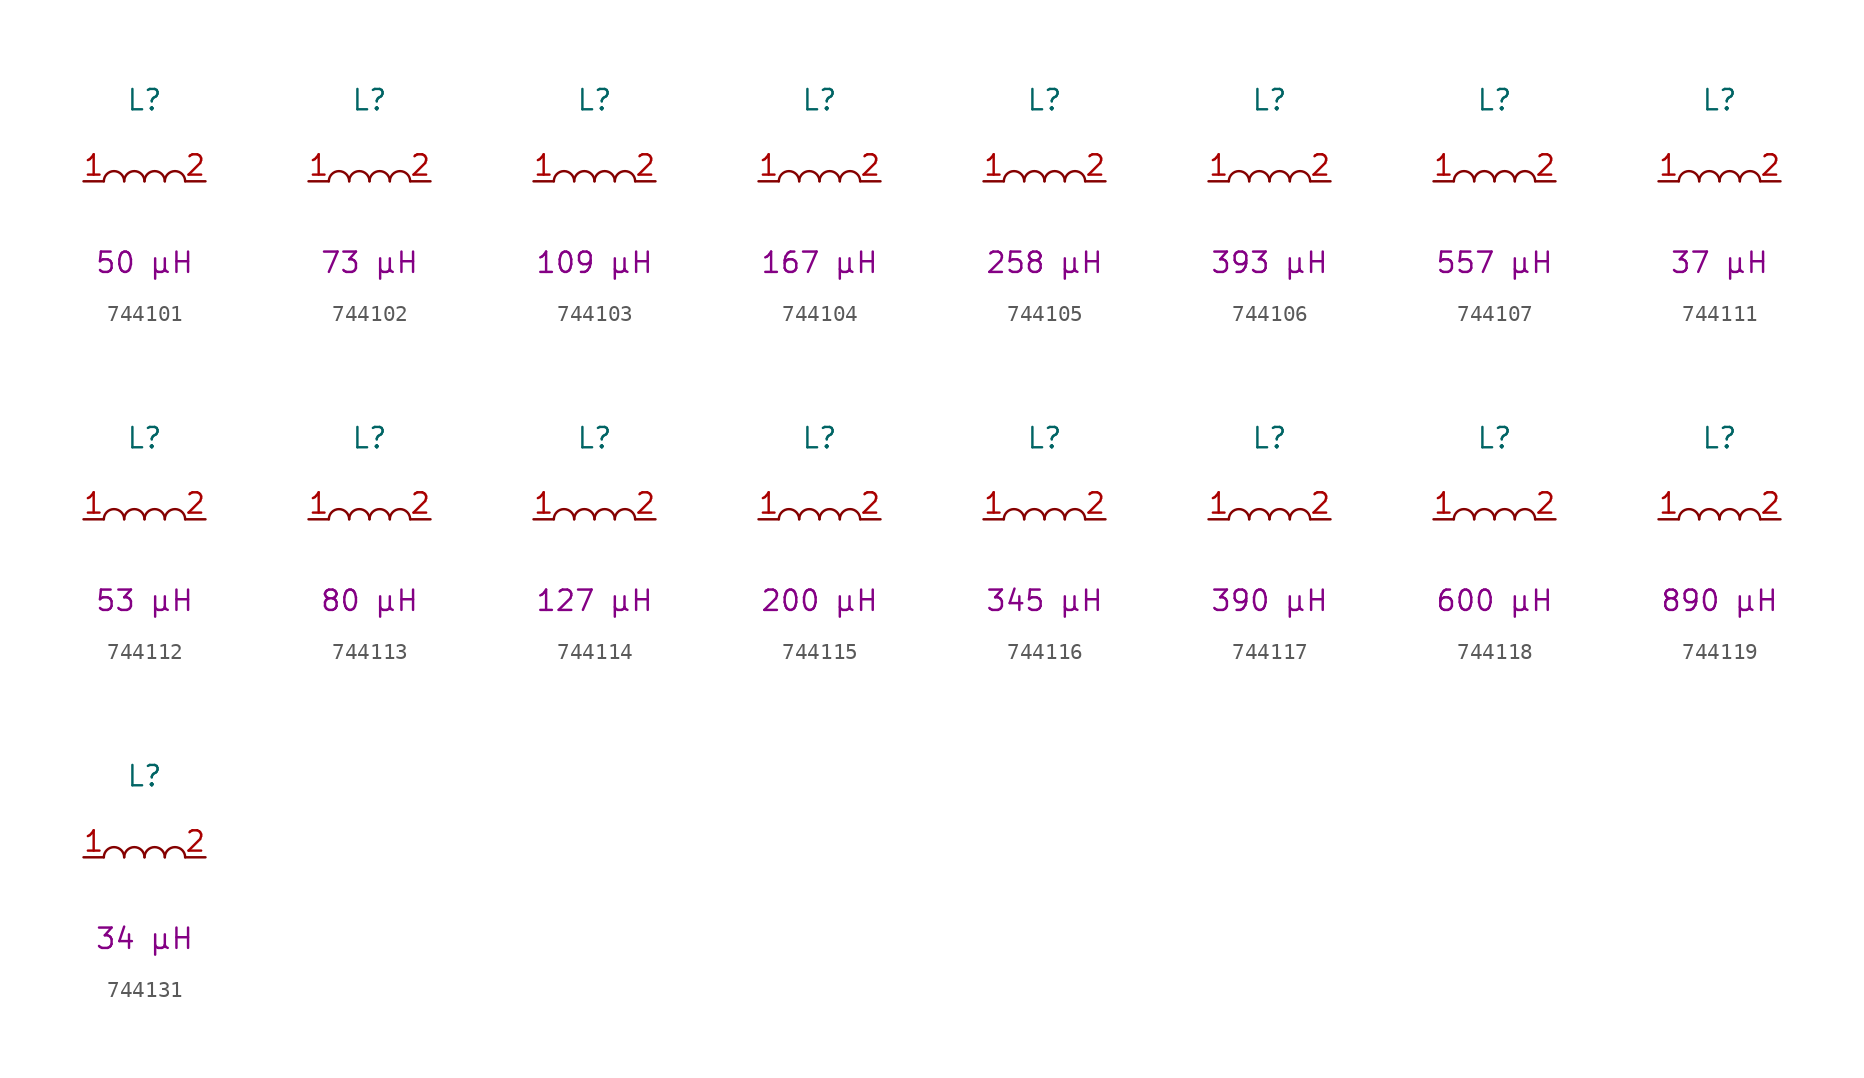
<source format=kicad_sym>
(kicad_symbol_lib
  (version 20220914)
  (generator kicad_symbol_editor)
  (symbol "744101"
    (pin_names hide)
    (property "Reference" "L"
      (at 0 5.08 0)
      (effects (font (size 1.27 1.27))))
    (property "Critical Parameter" "50 µH"
      (at 0 -5.08 0)
      (effects (font (size 1.27 1.27))))
    (symbol "744101_0_1"
      (arc (start -1.27 0) (mid -1.905 0.6323) (end -2.54 0) (stroke (width 0) (type default)) (fill (type none)))
      (arc (start 0 0) (mid -0.635 0.6323) (end -1.27 0) (stroke (width 0) (type default)) (fill (type none)))
      (arc (start 1.27 0) (mid 0.635 0.6323) (end 0 0) (stroke (width 0) (type default)) (fill (type none)))
      (arc (start 2.54 0) (mid 1.905 0.6323) (end 1.27 0) (stroke (width 0) (type default)) (fill (type none))))
    (symbol "744101_1_1"
      (pin passive line (at -3.81 0 0) (length 1.27) (name "1" (effects (font (size 1.27 1.27)))) (number "1" (effects (font (size 1.27 1.27)))))
      (pin passive line (at 3.81 0 180) (length 1.27) (name "2" (effects (font (size 1.27 1.27)))) (number "2" (effects (font (size 1.27 1.27)))))))
  (symbol "744102"
    (pin_names hide)
    (property "Reference" "L"
      (at 0 5.08 0)
      (effects (font (size 1.27 1.27))))
    (property "Critical Parameter" "73 µH"
      (at 0 -5.08 0)
      (effects (font (size 1.27 1.27))))
    (symbol "744102_0_1"
      (arc (start -1.27 0) (mid -1.905 0.6323) (end -2.54 0) (stroke (width 0) (type default)) (fill (type none)))
      (arc (start 0 0) (mid -0.635 0.6323) (end -1.27 0) (stroke (width 0) (type default)) (fill (type none)))
      (arc (start 1.27 0) (mid 0.635 0.6323) (end 0 0) (stroke (width 0) (type default)) (fill (type none)))
      (arc (start 2.54 0) (mid 1.905 0.6323) (end 1.27 0) (stroke (width 0) (type default)) (fill (type none))))
    (symbol "744102_1_1"
      (pin passive line (at -3.81 0 0) (length 1.27) (name "1" (effects (font (size 1.27 1.27)))) (number "1" (effects (font (size 1.27 1.27)))))
      (pin passive line (at 3.81 0 180) (length 1.27) (name "2" (effects (font (size 1.27 1.27)))) (number "2" (effects (font (size 1.27 1.27)))))))
  (symbol "744103"
    (pin_names hide)
    (property "Reference" "L"
      (at 0 5.08 0)
      (effects (font (size 1.27 1.27))))
    (property "Critical Parameter" "109 µH"
      (at 0 -5.08 0)
      (effects (font (size 1.27 1.27))))
    (symbol "744103_0_1"
      (arc (start -1.27 0) (mid -1.905 0.6323) (end -2.54 0) (stroke (width 0) (type default)) (fill (type none)))
      (arc (start 0 0) (mid -0.635 0.6323) (end -1.27 0) (stroke (width 0) (type default)) (fill (type none)))
      (arc (start 1.27 0) (mid 0.635 0.6323) (end 0 0) (stroke (width 0) (type default)) (fill (type none)))
      (arc (start 2.54 0) (mid 1.905 0.6323) (end 1.27 0) (stroke (width 0) (type default)) (fill (type none))))
    (symbol "744103_1_1"
      (pin passive line (at -3.81 0 0) (length 1.27) (name "1" (effects (font (size 1.27 1.27)))) (number "1" (effects (font (size 1.27 1.27)))))
      (pin passive line (at 3.81 0 180) (length 1.27) (name "2" (effects (font (size 1.27 1.27)))) (number "2" (effects (font (size 1.27 1.27)))))))
  (symbol "744104"
    (pin_names hide)
    (property "Reference" "L"
      (at 0 5.08 0)
      (effects (font (size 1.27 1.27))))
    (property "Critical Parameter" "167 µH"
      (at 0 -5.08 0)
      (effects (font (size 1.27 1.27))))
    (symbol "744104_0_1"
      (arc (start -1.27 0) (mid -1.905 0.6323) (end -2.54 0) (stroke (width 0) (type default)) (fill (type none)))
      (arc (start 0 0) (mid -0.635 0.6323) (end -1.27 0) (stroke (width 0) (type default)) (fill (type none)))
      (arc (start 1.27 0) (mid 0.635 0.6323) (end 0 0) (stroke (width 0) (type default)) (fill (type none)))
      (arc (start 2.54 0) (mid 1.905 0.6323) (end 1.27 0) (stroke (width 0) (type default)) (fill (type none))))
    (symbol "744104_1_1"
      (pin passive line (at -3.81 0 0) (length 1.27) (name "1" (effects (font (size 1.27 1.27)))) (number "1" (effects (font (size 1.27 1.27)))))
      (pin passive line (at 3.81 0 180) (length 1.27) (name "2" (effects (font (size 1.27 1.27)))) (number "2" (effects (font (size 1.27 1.27)))))))
  (symbol "744105"
    (pin_names hide)
    (property "Reference" "L"
      (at 0 5.08 0)
      (effects (font (size 1.27 1.27))))
    (property "Critical Parameter" "258 µH"
      (at 0 -5.08 0)
      (effects (font (size 1.27 1.27))))
    (symbol "744105_0_1"
      (arc (start -1.27 0) (mid -1.905 0.6323) (end -2.54 0) (stroke (width 0) (type default)) (fill (type none)))
      (arc (start 0 0) (mid -0.635 0.6323) (end -1.27 0) (stroke (width 0) (type default)) (fill (type none)))
      (arc (start 1.27 0) (mid 0.635 0.6323) (end 0 0) (stroke (width 0) (type default)) (fill (type none)))
      (arc (start 2.54 0) (mid 1.905 0.6323) (end 1.27 0) (stroke (width 0) (type default)) (fill (type none))))
    (symbol "744105_1_1"
      (pin passive line (at -3.81 0 0) (length 1.27) (name "1" (effects (font (size 1.27 1.27)))) (number "1" (effects (font (size 1.27 1.27)))))
      (pin passive line (at 3.81 0 180) (length 1.27) (name "2" (effects (font (size 1.27 1.27)))) (number "2" (effects (font (size 1.27 1.27)))))))
  (symbol "744106"
    (pin_names hide)
    (property "Reference" "L"
      (at 0 5.08 0)
      (effects (font (size 1.27 1.27))))
    (property "Critical Parameter" "393 µH"
      (at 0 -5.08 0)
      (effects (font (size 1.27 1.27))))
    (symbol "744106_0_1"
      (arc (start -1.27 0) (mid -1.905 0.6323) (end -2.54 0) (stroke (width 0) (type default)) (fill (type none)))
      (arc (start 0 0) (mid -0.635 0.6323) (end -1.27 0) (stroke (width 0) (type default)) (fill (type none)))
      (arc (start 1.27 0) (mid 0.635 0.6323) (end 0 0) (stroke (width 0) (type default)) (fill (type none)))
      (arc (start 2.54 0) (mid 1.905 0.6323) (end 1.27 0) (stroke (width 0) (type default)) (fill (type none))))
    (symbol "744106_1_1"
      (pin passive line (at -3.81 0 0) (length 1.27) (name "1" (effects (font (size 1.27 1.27)))) (number "1" (effects (font (size 1.27 1.27)))))
      (pin passive line (at 3.81 0 180) (length 1.27) (name "2" (effects (font (size 1.27 1.27)))) (number "2" (effects (font (size 1.27 1.27)))))))
  (symbol "744107"
    (pin_names hide)
    (property "Reference" "L"
      (at 0 5.08 0)
      (effects (font (size 1.27 1.27))))
    (property "Critical Parameter" "557 µH"
      (at 0 -5.08 0)
      (effects (font (size 1.27 1.27))))
    (symbol "744107_0_1"
      (arc (start -1.27 0) (mid -1.905 0.6323) (end -2.54 0) (stroke (width 0) (type default)) (fill (type none)))
      (arc (start 0 0) (mid -0.635 0.6323) (end -1.27 0) (stroke (width 0) (type default)) (fill (type none)))
      (arc (start 1.27 0) (mid 0.635 0.6323) (end 0 0) (stroke (width 0) (type default)) (fill (type none)))
      (arc (start 2.54 0) (mid 1.905 0.6323) (end 1.27 0) (stroke (width 0) (type default)) (fill (type none))))
    (symbol "744107_1_1"
      (pin passive line (at -3.81 0 0) (length 1.27) (name "1" (effects (font (size 1.27 1.27)))) (number "1" (effects (font (size 1.27 1.27)))))
      (pin passive line (at 3.81 0 180) (length 1.27) (name "2" (effects (font (size 1.27 1.27)))) (number "2" (effects (font (size 1.27 1.27)))))))
  (symbol "744111"
    (pin_names hide)
    (property "Reference" "L"
      (at 0 5.08 0)
      (effects (font (size 1.27 1.27))))
    (property "Critical Parameter" "37 µH"
      (at 0 -5.08 0)
      (effects (font (size 1.27 1.27))))
    (symbol "744111_0_1"
      (arc (start -1.27 0) (mid -1.905 0.6323) (end -2.54 0) (stroke (width 0) (type default)) (fill (type none)))
      (arc (start 0 0) (mid -0.635 0.6323) (end -1.27 0) (stroke (width 0) (type default)) (fill (type none)))
      (arc (start 1.27 0) (mid 0.635 0.6323) (end 0 0) (stroke (width 0) (type default)) (fill (type none)))
      (arc (start 2.54 0) (mid 1.905 0.6323) (end 1.27 0) (stroke (width 0) (type default)) (fill (type none))))
    (symbol "744111_1_1"
      (pin passive line (at -3.81 0 0) (length 1.27) (name "1" (effects (font (size 1.27 1.27)))) (number "1" (effects (font (size 1.27 1.27)))))
      (pin passive line (at 3.81 0 180) (length 1.27) (name "2" (effects (font (size 1.27 1.27)))) (number "2" (effects (font (size 1.27 1.27)))))))
  (symbol "744112"
    (pin_names hide)
    (property "Reference" "L"
      (at 0 5.08 0)
      (effects (font (size 1.27 1.27))))
    (property "Critical Parameter" "53 µH"
      (at 0 -5.08 0)
      (effects (font (size 1.27 1.27))))
    (symbol "744112_0_1"
      (arc (start -1.27 0) (mid -1.905 0.6323) (end -2.54 0) (stroke (width 0) (type default)) (fill (type none)))
      (arc (start 0 0) (mid -0.635 0.6323) (end -1.27 0) (stroke (width 0) (type default)) (fill (type none)))
      (arc (start 1.27 0) (mid 0.635 0.6323) (end 0 0) (stroke (width 0) (type default)) (fill (type none)))
      (arc (start 2.54 0) (mid 1.905 0.6323) (end 1.27 0) (stroke (width 0) (type default)) (fill (type none))))
    (symbol "744112_1_1"
      (pin passive line (at -3.81 0 0) (length 1.27) (name "1" (effects (font (size 1.27 1.27)))) (number "1" (effects (font (size 1.27 1.27)))))
      (pin passive line (at 3.81 0 180) (length 1.27) (name "2" (effects (font (size 1.27 1.27)))) (number "2" (effects (font (size 1.27 1.27)))))))
  (symbol "744113"
    (pin_names hide)
    (property "Reference" "L"
      (at 0 5.08 0)
      (effects (font (size 1.27 1.27))))
    (property "Critical Parameter" "80 µH"
      (at 0 -5.08 0)
      (effects (font (size 1.27 1.27))))
    (symbol "744113_0_1"
      (arc (start -1.27 0) (mid -1.905 0.6323) (end -2.54 0) (stroke (width 0) (type default)) (fill (type none)))
      (arc (start 0 0) (mid -0.635 0.6323) (end -1.27 0) (stroke (width 0) (type default)) (fill (type none)))
      (arc (start 1.27 0) (mid 0.635 0.6323) (end 0 0) (stroke (width 0) (type default)) (fill (type none)))
      (arc (start 2.54 0) (mid 1.905 0.6323) (end 1.27 0) (stroke (width 0) (type default)) (fill (type none))))
    (symbol "744113_1_1"
      (pin passive line (at -3.81 0 0) (length 1.27) (name "1" (effects (font (size 1.27 1.27)))) (number "1" (effects (font (size 1.27 1.27)))))
      (pin passive line (at 3.81 0 180) (length 1.27) (name "2" (effects (font (size 1.27 1.27)))) (number "2" (effects (font (size 1.27 1.27)))))))
  (symbol "744114"
    (pin_names hide)
    (property "Reference" "L"
      (at 0 5.08 0)
      (effects (font (size 1.27 1.27))))
    (property "Critical Parameter" "127 µH"
      (at 0 -5.08 0)
      (effects (font (size 1.27 1.27))))
    (symbol "744114_0_1"
      (arc (start -1.27 0) (mid -1.905 0.6323) (end -2.54 0) (stroke (width 0) (type default)) (fill (type none)))
      (arc (start 0 0) (mid -0.635 0.6323) (end -1.27 0) (stroke (width 0) (type default)) (fill (type none)))
      (arc (start 1.27 0) (mid 0.635 0.6323) (end 0 0) (stroke (width 0) (type default)) (fill (type none)))
      (arc (start 2.54 0) (mid 1.905 0.6323) (end 1.27 0) (stroke (width 0) (type default)) (fill (type none))))
    (symbol "744114_1_1"
      (pin passive line (at -3.81 0 0) (length 1.27) (name "1" (effects (font (size 1.27 1.27)))) (number "1" (effects (font (size 1.27 1.27)))))
      (pin passive line (at 3.81 0 180) (length 1.27) (name "2" (effects (font (size 1.27 1.27)))) (number "2" (effects (font (size 1.27 1.27)))))))
  (symbol "744115"
    (pin_names hide)
    (property "Reference" "L"
      (at 0 5.08 0)
      (effects (font (size 1.27 1.27))))
    (property "Critical Parameter" "200 µH"
      (at 0 -5.08 0)
      (effects (font (size 1.27 1.27))))
    (symbol "744115_0_1"
      (arc (start -1.27 0) (mid -1.905 0.6323) (end -2.54 0) (stroke (width 0) (type default)) (fill (type none)))
      (arc (start 0 0) (mid -0.635 0.6323) (end -1.27 0) (stroke (width 0) (type default)) (fill (type none)))
      (arc (start 1.27 0) (mid 0.635 0.6323) (end 0 0) (stroke (width 0) (type default)) (fill (type none)))
      (arc (start 2.54 0) (mid 1.905 0.6323) (end 1.27 0) (stroke (width 0) (type default)) (fill (type none))))
    (symbol "744115_1_1"
      (pin passive line (at -3.81 0 0) (length 1.27) (name "1" (effects (font (size 1.27 1.27)))) (number "1" (effects (font (size 1.27 1.27)))))
      (pin passive line (at 3.81 0 180) (length 1.27) (name "2" (effects (font (size 1.27 1.27)))) (number "2" (effects (font (size 1.27 1.27)))))))
  (symbol "744116"
    (pin_names hide)
    (property "Reference" "L"
      (at 0 5.08 0)
      (effects (font (size 1.27 1.27))))
    (property "Critical Parameter" "345 µH"
      (at 0 -5.08 0)
      (effects (font (size 1.27 1.27))))
    (symbol "744116_0_1"
      (arc (start -1.27 0) (mid -1.905 0.6323) (end -2.54 0) (stroke (width 0) (type default)) (fill (type none)))
      (arc (start 0 0) (mid -0.635 0.6323) (end -1.27 0) (stroke (width 0) (type default)) (fill (type none)))
      (arc (start 1.27 0) (mid 0.635 0.6323) (end 0 0) (stroke (width 0) (type default)) (fill (type none)))
      (arc (start 2.54 0) (mid 1.905 0.6323) (end 1.27 0) (stroke (width 0) (type default)) (fill (type none))))
    (symbol "744116_1_1"
      (pin passive line (at -3.81 0 0) (length 1.27) (name "1" (effects (font (size 1.27 1.27)))) (number "1" (effects (font (size 1.27 1.27)))))
      (pin passive line (at 3.81 0 180) (length 1.27) (name "2" (effects (font (size 1.27 1.27)))) (number "2" (effects (font (size 1.27 1.27)))))))
  (symbol "744117"
    (pin_names hide)
    (property "Reference" "L"
      (at 0 5.08 0)
      (effects (font (size 1.27 1.27))))
    (property "Critical Parameter" "390 µH"
      (at 0 -5.08 0)
      (effects (font (size 1.27 1.27))))
    (symbol "744117_0_1"
      (arc (start -1.27 0) (mid -1.905 0.6323) (end -2.54 0) (stroke (width 0) (type default)) (fill (type none)))
      (arc (start 0 0) (mid -0.635 0.6323) (end -1.27 0) (stroke (width 0) (type default)) (fill (type none)))
      (arc (start 1.27 0) (mid 0.635 0.6323) (end 0 0) (stroke (width 0) (type default)) (fill (type none)))
      (arc (start 2.54 0) (mid 1.905 0.6323) (end 1.27 0) (stroke (width 0) (type default)) (fill (type none))))
    (symbol "744117_1_1"
      (pin passive line (at -3.81 0 0) (length 1.27) (name "1" (effects (font (size 1.27 1.27)))) (number "1" (effects (font (size 1.27 1.27)))))
      (pin passive line (at 3.81 0 180) (length 1.27) (name "2" (effects (font (size 1.27 1.27)))) (number "2" (effects (font (size 1.27 1.27)))))))
  (symbol "744118"
    (pin_names hide)
    (property "Reference" "L"
      (at 0 5.08 0)
      (effects (font (size 1.27 1.27))))
    (property "Critical Parameter" "600 µH"
      (at 0 -5.08 0)
      (effects (font (size 1.27 1.27))))
    (symbol "744118_0_1"
      (arc (start -1.27 0) (mid -1.905 0.6323) (end -2.54 0) (stroke (width 0) (type default)) (fill (type none)))
      (arc (start 0 0) (mid -0.635 0.6323) (end -1.27 0) (stroke (width 0) (type default)) (fill (type none)))
      (arc (start 1.27 0) (mid 0.635 0.6323) (end 0 0) (stroke (width 0) (type default)) (fill (type none)))
      (arc (start 2.54 0) (mid 1.905 0.6323) (end 1.27 0) (stroke (width 0) (type default)) (fill (type none))))
    (symbol "744118_1_1"
      (pin passive line (at -3.81 0 0) (length 1.27) (name "1" (effects (font (size 1.27 1.27)))) (number "1" (effects (font (size 1.27 1.27)))))
      (pin passive line (at 3.81 0 180) (length 1.27) (name "2" (effects (font (size 1.27 1.27)))) (number "2" (effects (font (size 1.27 1.27)))))))
  (symbol "744119"
    (pin_names hide)
    (property "Reference" "L"
      (at 0 5.08 0)
      (effects (font (size 1.27 1.27))))
    (property "Critical Parameter" "890 µH"
      (at 0 -5.08 0)
      (effects (font (size 1.27 1.27))))
    (symbol "744119_0_1"
      (arc (start -1.27 0) (mid -1.905 0.6323) (end -2.54 0) (stroke (width 0) (type default)) (fill (type none)))
      (arc (start 0 0) (mid -0.635 0.6323) (end -1.27 0) (stroke (width 0) (type default)) (fill (type none)))
      (arc (start 1.27 0) (mid 0.635 0.6323) (end 0 0) (stroke (width 0) (type default)) (fill (type none)))
      (arc (start 2.54 0) (mid 1.905 0.6323) (end 1.27 0) (stroke (width 0) (type default)) (fill (type none))))
    (symbol "744119_1_1"
      (pin passive line (at -3.81 0 0) (length 1.27) (name "1" (effects (font (size 1.27 1.27)))) (number "1" (effects (font (size 1.27 1.27)))))
      (pin passive line (at 3.81 0 180) (length 1.27) (name "2" (effects (font (size 1.27 1.27)))) (number "2" (effects (font (size 1.27 1.27)))))))
  (symbol "744131"
    (pin_names hide)
    (property "Reference" "L"
      (at 0 5.08 0)
      (effects (font (size 1.27 1.27))))
    (property "Critical Parameter" "34 µH"
      (at 0 -5.08 0)
      (effects (font (size 1.27 1.27))))
    (symbol "744131_0_1"
      (arc (start -1.27 0) (mid -1.905 0.6323) (end -2.54 0) (stroke (width 0) (type default)) (fill (type none)))
      (arc (start 0 0) (mid -0.635 0.6323) (end -1.27 0) (stroke (width 0) (type default)) (fill (type none)))
      (arc (start 1.27 0) (mid 0.635 0.6323) (end 0 0) (stroke (width 0) (type default)) (fill (type none)))
      (arc (start 2.54 0) (mid 1.905 0.6323) (end 1.27 0) (stroke (width 0) (type default)) (fill (type none))))
    (symbol "744131_1_1"
      (pin passive line (at -3.81 0 0) (length 1.27) (name "1" (effects (font (size 1.27 1.27)))) (number "1" (effects (font (size 1.27 1.27)))))
      (pin passive line (at 3.81 0 180) (length 1.27) (name "2" (effects (font (size 1.27 1.27)))) (number "2" (effects (font (size 1.27 1.27))))))))
</source>
